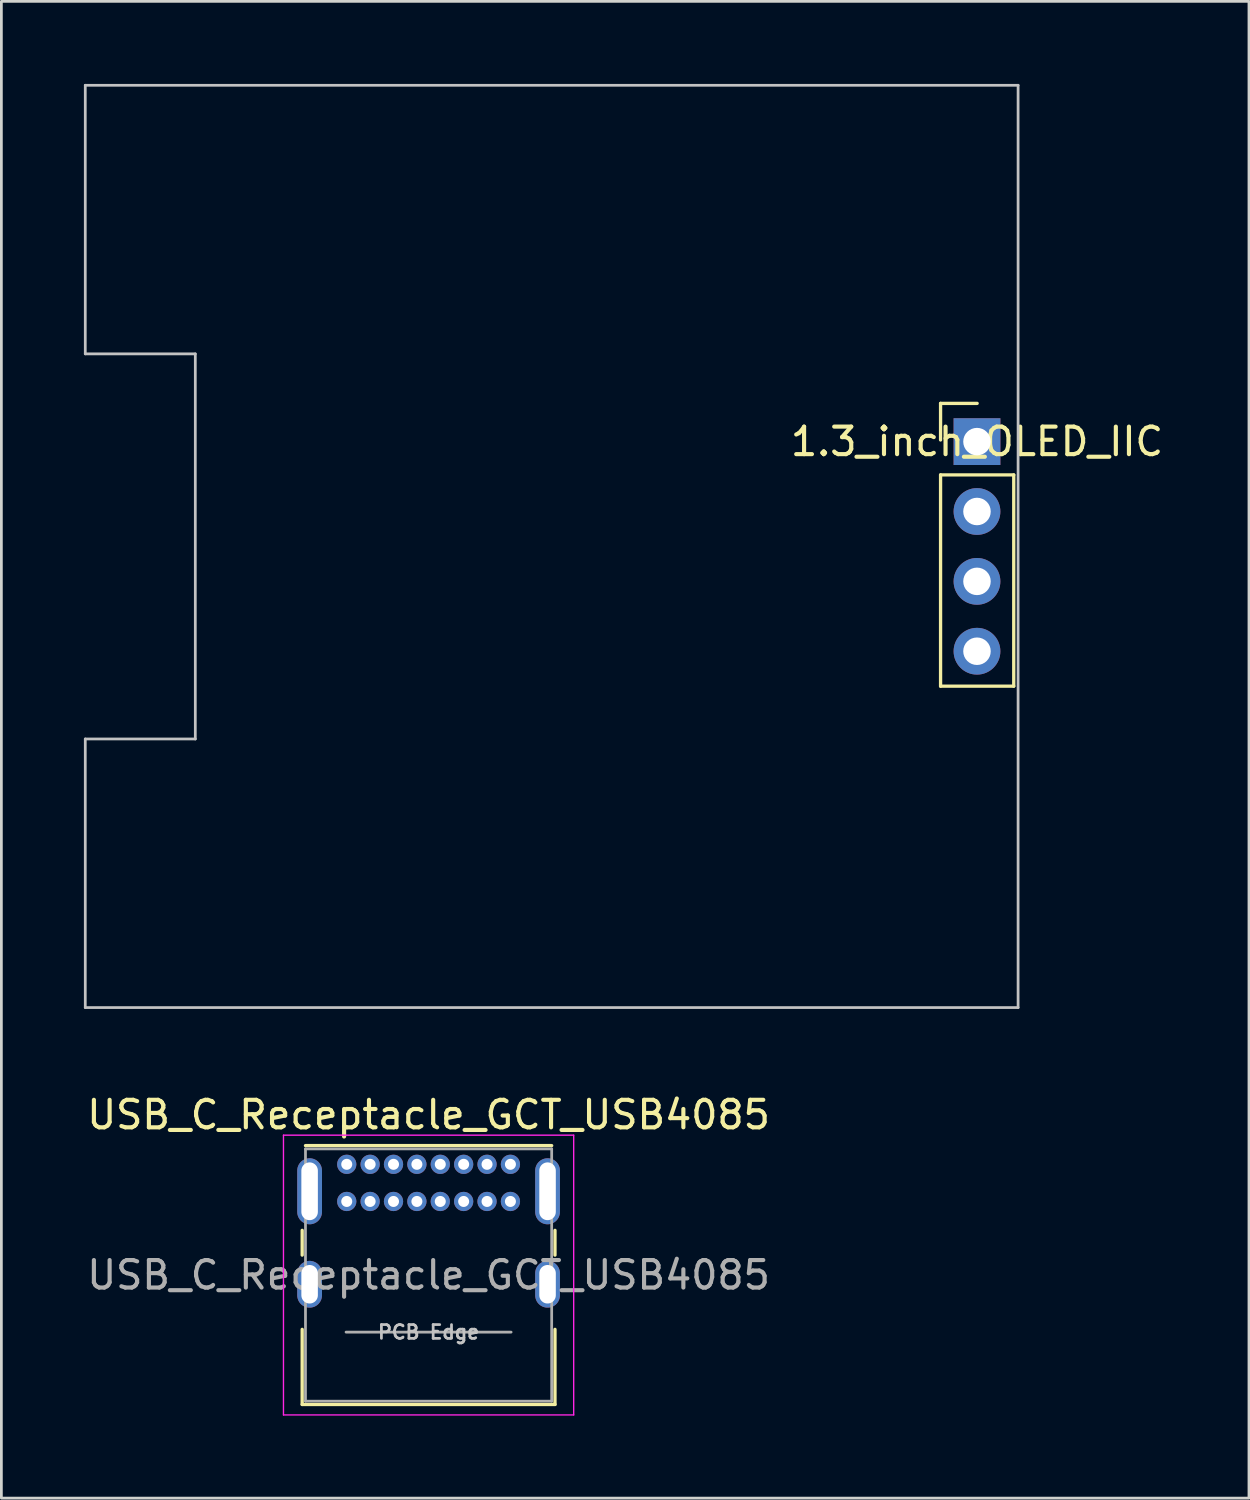
<source format=kicad_pcb>
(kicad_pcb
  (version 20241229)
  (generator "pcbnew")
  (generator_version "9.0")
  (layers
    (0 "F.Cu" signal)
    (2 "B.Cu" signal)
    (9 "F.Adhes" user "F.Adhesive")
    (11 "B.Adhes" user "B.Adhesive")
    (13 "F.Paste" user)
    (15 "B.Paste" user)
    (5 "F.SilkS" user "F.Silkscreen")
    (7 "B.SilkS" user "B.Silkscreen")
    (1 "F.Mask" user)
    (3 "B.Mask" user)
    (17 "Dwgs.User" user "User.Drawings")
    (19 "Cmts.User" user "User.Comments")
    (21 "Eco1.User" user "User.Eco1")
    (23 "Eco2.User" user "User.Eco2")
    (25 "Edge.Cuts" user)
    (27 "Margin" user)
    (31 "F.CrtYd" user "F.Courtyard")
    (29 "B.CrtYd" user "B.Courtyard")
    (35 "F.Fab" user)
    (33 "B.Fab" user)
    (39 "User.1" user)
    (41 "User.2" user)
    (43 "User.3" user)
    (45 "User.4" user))
  (footprint "1.3_inch_OLED_IIC"
    (layer "F.Cu")
    (at 32.466 13.004)
    (property "Reference" "1.3_inch_OLED_IIC" (at 0 0 180) (layer "F.SilkS") (effects (font (size 1 1) (thickness 0.15))))
    (attr through_hole)
    (fp_line (start -1.324 -1.39) (end 0.006 -1.39) (stroke (width 0.12) (type solid)) (layer "F.SilkS"))
    (fp_line (start -1.324 -0.06) (end -1.324 -1.39) (stroke (width 0.12) (type solid)) (layer "F.SilkS"))
    (fp_line (start -1.324 1.21) (end -1.324 8.89) (stroke (width 0.12) (type solid)) (layer "F.SilkS"))
    (fp_line (start -1.324 1.21) (end 1.336 1.21) (stroke (width 0.12) (type solid)) (layer "F.SilkS"))
    (fp_line (start -1.324 8.89) (end 1.336 8.89) (stroke (width 0.12) (type solid)) (layer "F.SilkS"))
    (fp_line (start 1.336 1.21) (end 1.336 8.89) (stroke (width 0.12) (type solid)) (layer "F.SilkS"))
    (fp_line (start -32.416 -12.954) (end 1.494 -12.954) (stroke (width 0.1) (type solid)) (layer "Dwgs.User"))
    (fp_line (start -32.416 -3.19) (end -32.416 -12.954) (stroke (width 0.1) (type solid)) (layer "Dwgs.User"))
    (fp_line (start -32.416 20.574) (end -32.416 10.81) (stroke (width 0.1) (type solid)) (layer "Dwgs.User"))
    (fp_line (start -28.416 -3.19) (end -32.416 -3.19) (stroke (width 0.1) (type solid)) (layer "Dwgs.User"))
    (fp_line (start -28.416 -3.19) (end -28.416 10.81) (stroke (width 0.1) (type solid)) (layer "Dwgs.User"))
    (fp_line (start -28.416 10.81) (end -32.416 10.81) (stroke (width 0.1) (type solid)) (layer "Dwgs.User"))
    (fp_line (start 1.494 -12.954) (end 1.494 20.574) (stroke (width 0.1) (type solid)) (layer "Dwgs.User"))
    (fp_line (start 1.494 20.574) (end -32.416 20.574) (stroke (width 0.1) (type solid)) (layer "Dwgs.User"))
    (pad "1" thru_hole rect (at 0 0) (size 1.7 1.7) (drill 1) (layers "*.Cu" "*.Mask"))
    (pad "2" thru_hole oval (at 0 2.54) (size 1.7 1.7) (drill 1) (layers "*.Cu" "*.Mask"))
    (pad "3" thru_hole oval (at 0 5.08) (size 1.7 1.7) (drill 1) (layers "*.Cu" "*.Mask"))
    (pad "4" thru_hole oval (at 0 7.62) (size 1.7 1.7) (drill 1) (layers "*.Cu" "*.Mask")))
  (footprint "USB_C_Receptacle_GCT_USB4085"
    (layer "F.Cu")
    (at 9.555 39.276)
    (property "Reference" "USB_C_Receptacle_GCT_USB4085" (at 2.975 -1.8 0) (layer "F.SilkS") (effects (font (size 1 1) (thickness 0.15))))
    (attr through_hole)
    (fp_line (start -1.62 2.4) (end -1.62 3.3) (stroke (width 0.12) (type solid)) (layer "F.SilkS"))
    (fp_line (start -1.62 6) (end -1.62 8.73) (stroke (width 0.12) (type solid)) (layer "F.SilkS"))
    (fp_line (start -1.62 8.73) (end 7.57 8.73) (stroke (width 0.12) (type solid)) (layer "F.SilkS"))
    (fp_line (start -1.5 -0.68) (end 7.45 -0.68) (stroke (width 0.12) (type solid)) (layer "F.SilkS"))
    (fp_line (start 7.57 2.4) (end 7.57 3.3) (stroke (width 0.12) (type solid)) (layer "F.SilkS"))
    (fp_line (start 7.57 6) (end 7.57 8.73) (stroke (width 0.12) (type solid)) (layer "F.SilkS"))
    (fp_line (start -2.3 -1.06) (end -2.3 9.11) (stroke (width 0.05) (type solid)) (layer "F.CrtYd"))
    (fp_line (start -2.3 -1.06) (end 8.25 -1.06) (stroke (width 0.05) (type solid)) (layer "F.CrtYd"))
    (fp_line (start -2.3 9.11) (end 8.25 9.11) (stroke (width 0.05) (type solid)) (layer "F.CrtYd"))
    (fp_line (start 8.25 -1.06) (end 8.25 9.11) (stroke (width 0.05) (type solid)) (layer "F.CrtYd"))
    (fp_line (start -1.5 -0.56) (end -1.5 8.61) (stroke (width 0.1) (type solid)) (layer "F.Fab"))
    (fp_line (start -1.5 -0.56) (end 7.45 -0.56) (stroke (width 0.1) (type solid)) (layer "F.Fab"))
    (fp_line (start -1.5 8.61) (end 7.45 8.61) (stroke (width 0.1) (type solid)) (layer "F.Fab"))
    (fp_line (start -0.025 6.1) (end 5.975 6.1) (stroke (width 0.1) (type solid)) (layer "F.Fab"))
    (fp_line (start 7.45 -0.56) (end 7.45 8.61) (stroke (width 0.1) (type solid)) (layer "F.Fab"))
    (fp_text user "PCB Edge" (at 2.975 6.1 0) (layer "Dwgs.User") (effects (font (size 0.5 0.5) (thickness 0.1))))
    (fp_text user "${REFERENCE}" (at 2.975 4.025 0) (layer "F.Fab") (effects (font (size 1 1) (thickness 0.15))))
    (pad "A1" thru_hole circle (at 0 0) (size 0.7 0.7) (drill 0.4) (layers "*.Cu" "*.Mask"))
    (pad "A4" thru_hole circle (at 0.85 0) (size 0.7 0.7) (drill 0.4) (layers "*.Cu" "*.Mask"))
    (pad "A5" thru_hole circle (at 1.7 0) (size 0.7 0.7) (drill 0.4) (layers "*.Cu" "*.Mask"))
    (pad "A6" thru_hole circle (at 2.55 0) (size 0.7 0.7) (drill 0.4) (layers "*.Cu" "*.Mask"))
    (pad "A7" thru_hole circle (at 3.4 0) (size 0.7 0.7) (drill 0.4) (layers "*.Cu" "*.Mask"))
    (pad "A8" thru_hole circle (at 4.25 0) (size 0.7 0.7) (drill 0.4) (layers "*.Cu" "*.Mask"))
    (pad "A9" thru_hole circle (at 5.1 0) (size 0.7 0.7) (drill 0.4) (layers "*.Cu" "*.Mask"))
    (pad "A12" thru_hole circle (at 5.95 0) (size 0.7 0.7) (drill 0.4) (layers "*.Cu" "*.Mask"))
    (pad "B1" thru_hole circle (at 5.95 1.35) (size 0.7 0.7) (drill 0.4) (layers "*.Cu" "*.Mask"))
    (pad "B4" thru_hole circle (at 5.1 1.35) (size 0.7 0.7) (drill 0.4) (layers "*.Cu" "*.Mask"))
    (pad "B5" thru_hole circle (at 4.25 1.35) (size 0.7 0.7) (drill 0.4) (layers "*.Cu" "*.Mask"))
    (pad "B6" thru_hole circle (at 3.4 1.35) (size 0.7 0.7) (drill 0.4) (layers "*.Cu" "*.Mask"))
    (pad "B7" thru_hole circle (at 2.55 1.35) (size 0.7 0.7) (drill 0.4) (layers "*.Cu" "*.Mask"))
    (pad "B8" thru_hole circle (at 1.7 1.35) (size 0.7 0.7) (drill 0.4) (layers "*.Cu" "*.Mask"))
    (pad "B9" thru_hole circle (at 0.85 1.35) (size 0.7 0.7) (drill 0.4) (layers "*.Cu" "*.Mask"))
    (pad "B12" thru_hole circle (at 0 1.35) (size 0.7 0.7) (drill 0.4) (layers "*.Cu" "*.Mask"))
    (pad "S1" thru_hole oval (at -1.35 0.98) (size 0.9 2.4) (drill oval 0.6 2.1) (layers "*.Cu" "*.Mask"))
    (pad "S1" thru_hole oval (at -1.35 4.36) (size 0.9 1.7) (drill oval 0.6 1.4) (layers "*.Cu" "*.Mask"))
    (pad "S1" thru_hole oval (at 7.3 0.98) (size 0.9 2.4) (drill oval 0.6 2.1) (layers "*.Cu" "*.Mask"))
    (pad "S1" thru_hole oval (at 7.3 4.36) (size 0.9 1.7) (drill oval 0.6 1.4) (layers "*.Cu" "*.Mask")))
  (gr_rect
    (start -3 -3)
    (end 42.353 51.411)
    (stroke (width 0.1) (type default))
    (fill no)
    (layer "Edge.Cuts")))
</source>
